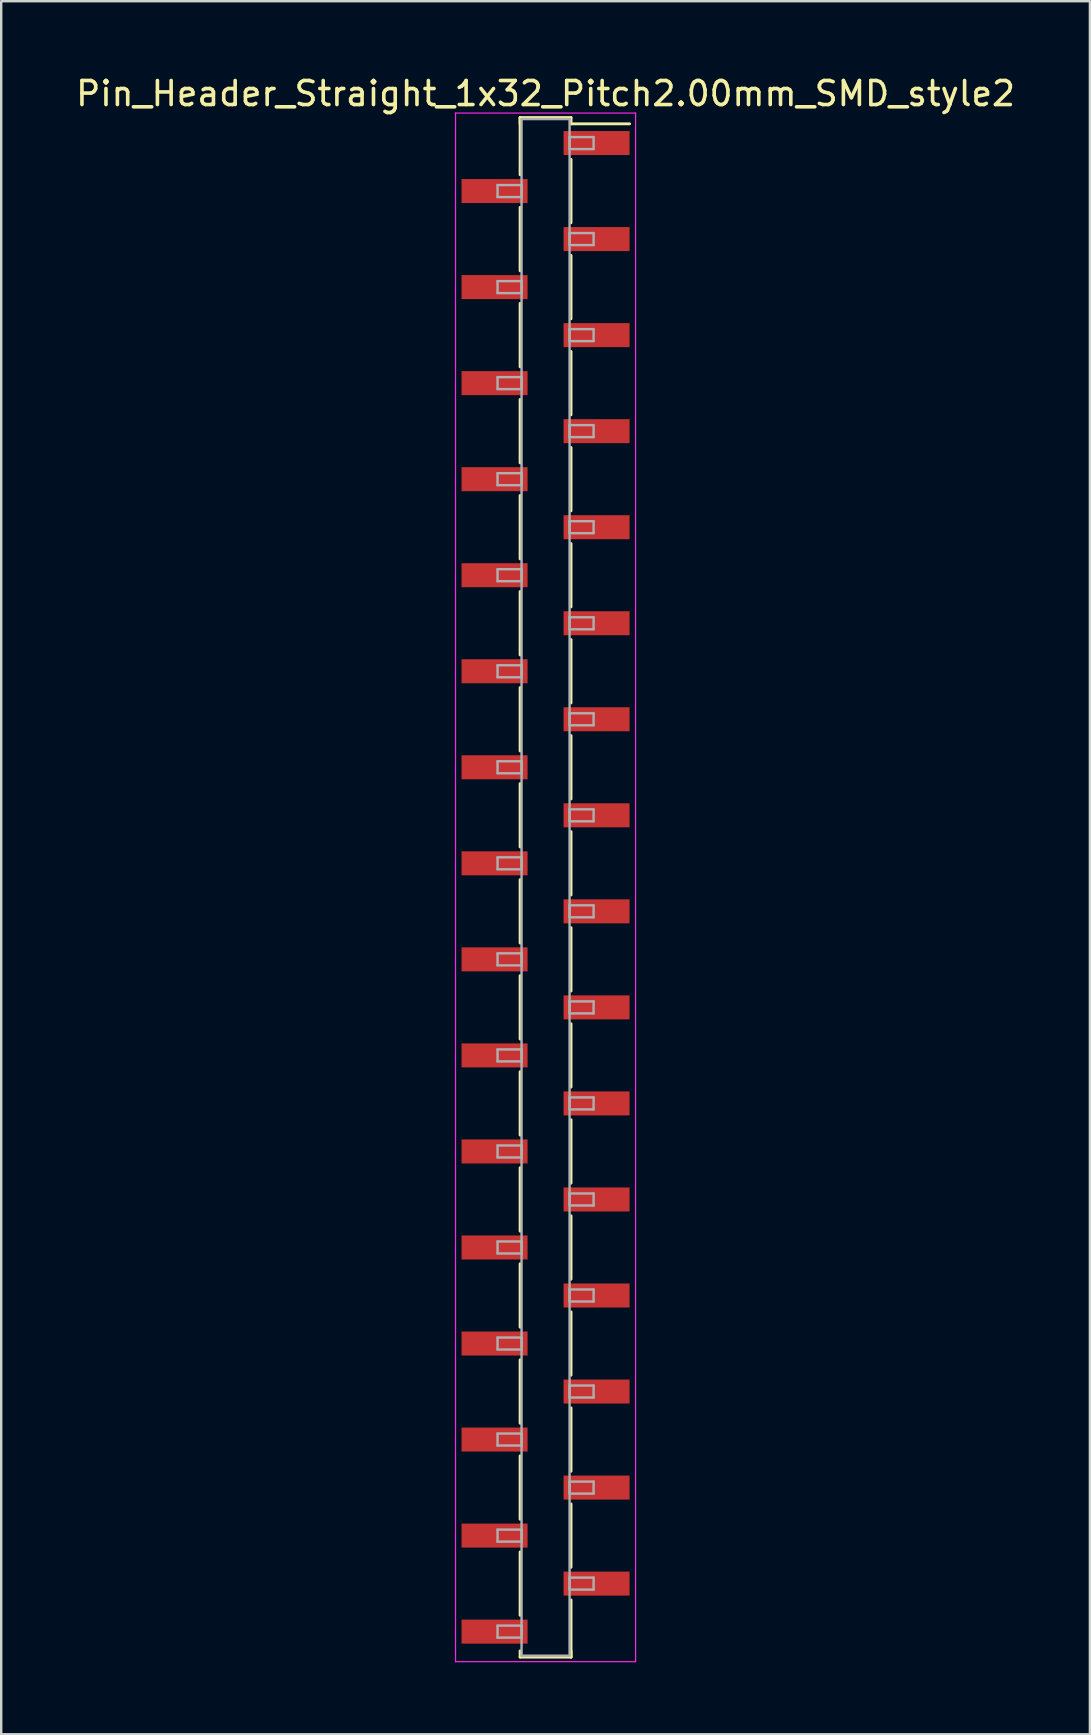
<source format=kicad_pcb>
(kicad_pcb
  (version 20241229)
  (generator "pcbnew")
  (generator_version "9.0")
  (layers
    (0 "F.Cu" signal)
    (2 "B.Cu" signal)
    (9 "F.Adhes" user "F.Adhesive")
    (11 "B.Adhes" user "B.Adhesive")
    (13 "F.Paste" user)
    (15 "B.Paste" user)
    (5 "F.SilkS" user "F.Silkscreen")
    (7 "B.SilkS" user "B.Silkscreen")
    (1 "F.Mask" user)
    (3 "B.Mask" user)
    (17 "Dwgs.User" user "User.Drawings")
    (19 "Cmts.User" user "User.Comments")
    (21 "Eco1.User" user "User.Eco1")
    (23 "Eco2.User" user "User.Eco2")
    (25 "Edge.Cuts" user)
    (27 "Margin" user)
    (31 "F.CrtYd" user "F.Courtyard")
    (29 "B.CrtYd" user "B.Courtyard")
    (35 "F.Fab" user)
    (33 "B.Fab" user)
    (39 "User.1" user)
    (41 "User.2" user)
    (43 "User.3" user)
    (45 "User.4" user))
  (footprint "Pin_Header_Straight_1x32_Pitch2.00mm_SMD_style2"
    (layer "F.Cu")
    (at 19.673 33.908)
    (property "Reference" "Pin_Header_Straight_1x32_Pitch2.00mm_SMD_style2" (at 0 -33.06 0) (layer "F.SilkS") (effects (font (size 1 1) (thickness 0.15))))
    (attr smd)
    (fp_line (start -1.06 -32.06) (end -1.06 -29.68) (stroke (width 0.12) (type solid)) (layer "F.SilkS"))
    (fp_line (start -1.06 -32.06) (end 1.06 -32.06) (stroke (width 0.12) (type solid)) (layer "F.SilkS"))
    (fp_line (start -1.06 -31.8) (end -1.06 -32.06) (stroke (width 0.12) (type solid)) (layer "F.SilkS"))
    (fp_line (start -1.06 -28.32) (end -1.06 -25.68) (stroke (width 0.12) (type solid)) (layer "F.SilkS"))
    (fp_line (start -1.06 -24.32) (end -1.06 -21.68) (stroke (width 0.12) (type solid)) (layer "F.SilkS"))
    (fp_line (start -1.06 -20.32) (end -1.06 -17.68) (stroke (width 0.12) (type solid)) (layer "F.SilkS"))
    (fp_line (start -1.06 -16.32) (end -1.06 -13.68) (stroke (width 0.12) (type solid)) (layer "F.SilkS"))
    (fp_line (start -1.06 -12.32) (end -1.06 -9.68) (stroke (width 0.12) (type solid)) (layer "F.SilkS"))
    (fp_line (start -1.06 -8.32) (end -1.06 -5.68) (stroke (width 0.12) (type solid)) (layer "F.SilkS"))
    (fp_line (start -1.06 -4.32) (end -1.06 -1.68) (stroke (width 0.12) (type solid)) (layer "F.SilkS"))
    (fp_line (start -1.06 -0.32) (end -1.06 2.32) (stroke (width 0.12) (type solid)) (layer "F.SilkS"))
    (fp_line (start -1.06 3.68) (end -1.06 6.32) (stroke (width 0.12) (type solid)) (layer "F.SilkS"))
    (fp_line (start -1.06 7.68) (end -1.06 10.32) (stroke (width 0.12) (type solid)) (layer "F.SilkS"))
    (fp_line (start -1.06 11.68) (end -1.06 14.32) (stroke (width 0.12) (type solid)) (layer "F.SilkS"))
    (fp_line (start -1.06 15.68) (end -1.06 18.32) (stroke (width 0.12) (type solid)) (layer "F.SilkS"))
    (fp_line (start -1.06 19.68) (end -1.06 22.32) (stroke (width 0.12) (type solid)) (layer "F.SilkS"))
    (fp_line (start -1.06 23.68) (end -1.06 26.32) (stroke (width 0.12) (type solid)) (layer "F.SilkS"))
    (fp_line (start -1.06 27.68) (end -1.06 30.32) (stroke (width 0.12) (type solid)) (layer "F.SilkS"))
    (fp_line (start -1.06 31.8) (end -1.06 32.06) (stroke (width 0.12) (type solid)) (layer "F.SilkS"))
    (fp_line (start -1.06 32.06) (end 1.06 32.06) (stroke (width 0.12) (type solid)) (layer "F.SilkS"))
    (fp_line (start 1.06 -32.06) (end 1.06 -31.8) (stroke (width 0.12) (type solid)) (layer "F.SilkS"))
    (fp_line (start 1.06 -31.8) (end 3.5 -31.8) (stroke (width 0.12) (type solid)) (layer "F.SilkS"))
    (fp_line (start 1.06 -30.32) (end 1.06 -27.68) (stroke (width 0.12) (type solid)) (layer "F.SilkS"))
    (fp_line (start 1.06 -26.32) (end 1.06 -23.68) (stroke (width 0.12) (type solid)) (layer "F.SilkS"))
    (fp_line (start 1.06 -22.32) (end 1.06 -19.68) (stroke (width 0.12) (type solid)) (layer "F.SilkS"))
    (fp_line (start 1.06 -18.32) (end 1.06 -15.68) (stroke (width 0.12) (type solid)) (layer "F.SilkS"))
    (fp_line (start 1.06 -14.32) (end 1.06 -11.68) (stroke (width 0.12) (type solid)) (layer "F.SilkS"))
    (fp_line (start 1.06 -10.32) (end 1.06 -7.68) (stroke (width 0.12) (type solid)) (layer "F.SilkS"))
    (fp_line (start 1.06 -6.32) (end 1.06 -3.68) (stroke (width 0.12) (type solid)) (layer "F.SilkS"))
    (fp_line (start 1.06 -2.32) (end 1.06 0.32) (stroke (width 0.12) (type solid)) (layer "F.SilkS"))
    (fp_line (start 1.06 1.68) (end 1.06 4.32) (stroke (width 0.12) (type solid)) (layer "F.SilkS"))
    (fp_line (start 1.06 5.68) (end 1.06 8.32) (stroke (width 0.12) (type solid)) (layer "F.SilkS"))
    (fp_line (start 1.06 9.68) (end 1.06 12.32) (stroke (width 0.12) (type solid)) (layer "F.SilkS"))
    (fp_line (start 1.06 13.68) (end 1.06 16.32) (stroke (width 0.12) (type solid)) (layer "F.SilkS"))
    (fp_line (start 1.06 17.68) (end 1.06 20.32) (stroke (width 0.12) (type solid)) (layer "F.SilkS"))
    (fp_line (start 1.06 21.68) (end 1.06 24.32) (stroke (width 0.12) (type solid)) (layer "F.SilkS"))
    (fp_line (start 1.06 25.68) (end 1.06 28.32) (stroke (width 0.12) (type solid)) (layer "F.SilkS"))
    (fp_line (start 1.06 29.68) (end 1.06 32.06) (stroke (width 0.12) (type solid)) (layer "F.SilkS"))
    (fp_line (start 1.06 32.06) (end 1.06 31.8) (stroke (width 0.12) (type solid)) (layer "F.SilkS"))
    (fp_line (start -3.75 -32.25) (end -3.75 32.25) (stroke (width 0.05) (type solid)) (layer "F.CrtYd"))
    (fp_line (start -3.75 32.25) (end 3.75 32.25) (stroke (width 0.05) (type solid)) (layer "F.CrtYd"))
    (fp_line (start 3.75 -32.25) (end -3.75 -32.25) (stroke (width 0.05) (type solid)) (layer "F.CrtYd"))
    (fp_line (start 3.75 32.25) (end 3.75 -32.25) (stroke (width 0.05) (type solid)) (layer "F.CrtYd"))
    (fp_line (start -2 -29.25) (end -1 -29.25) (stroke (width 0.1) (type solid)) (layer "F.Fab"))
    (fp_line (start -2 -28.75) (end -2 -29.25) (stroke (width 0.1) (type solid)) (layer "F.Fab"))
    (fp_line (start -2 -25.25) (end -1 -25.25) (stroke (width 0.1) (type solid)) (layer "F.Fab"))
    (fp_line (start -2 -24.75) (end -2 -25.25) (stroke (width 0.1) (type solid)) (layer "F.Fab"))
    (fp_line (start -2 -21.25) (end -1 -21.25) (stroke (width 0.1) (type solid)) (layer "F.Fab"))
    (fp_line (start -2 -20.75) (end -2 -21.25) (stroke (width 0.1) (type solid)) (layer "F.Fab"))
    (fp_line (start -2 -17.25) (end -1 -17.25) (stroke (width 0.1) (type solid)) (layer "F.Fab"))
    (fp_line (start -2 -16.75) (end -2 -17.25) (stroke (width 0.1) (type solid)) (layer "F.Fab"))
    (fp_line (start -2 -13.25) (end -1 -13.25) (stroke (width 0.1) (type solid)) (layer "F.Fab"))
    (fp_line (start -2 -12.75) (end -2 -13.25) (stroke (width 0.1) (type solid)) (layer "F.Fab"))
    (fp_line (start -2 -9.25) (end -1 -9.25) (stroke (width 0.1) (type solid)) (layer "F.Fab"))
    (fp_line (start -2 -8.75) (end -2 -9.25) (stroke (width 0.1) (type solid)) (layer "F.Fab"))
    (fp_line (start -2 -5.25) (end -1 -5.25) (stroke (width 0.1) (type solid)) (layer "F.Fab"))
    (fp_line (start -2 -4.75) (end -2 -5.25) (stroke (width 0.1) (type solid)) (layer "F.Fab"))
    (fp_line (start -2 -1.25) (end -1 -1.25) (stroke (width 0.1) (type solid)) (layer "F.Fab"))
    (fp_line (start -2 -0.75) (end -2 -1.25) (stroke (width 0.1) (type solid)) (layer "F.Fab"))
    (fp_line (start -2 2.75) (end -1 2.75) (stroke (width 0.1) (type solid)) (layer "F.Fab"))
    (fp_line (start -2 3.25) (end -2 2.75) (stroke (width 0.1) (type solid)) (layer "F.Fab"))
    (fp_line (start -2 6.75) (end -1 6.75) (stroke (width 0.1) (type solid)) (layer "F.Fab"))
    (fp_line (start -2 7.25) (end -2 6.75) (stroke (width 0.1) (type solid)) (layer "F.Fab"))
    (fp_line (start -2 10.75) (end -1 10.75) (stroke (width 0.1) (type solid)) (layer "F.Fab"))
    (fp_line (start -2 11.25) (end -2 10.75) (stroke (width 0.1) (type solid)) (layer "F.Fab"))
    (fp_line (start -2 14.75) (end -1 14.75) (stroke (width 0.1) (type solid)) (layer "F.Fab"))
    (fp_line (start -2 15.25) (end -2 14.75) (stroke (width 0.1) (type solid)) (layer "F.Fab"))
    (fp_line (start -2 18.75) (end -1 18.75) (stroke (width 0.1) (type solid)) (layer "F.Fab"))
    (fp_line (start -2 19.25) (end -2 18.75) (stroke (width 0.1) (type solid)) (layer "F.Fab"))
    (fp_line (start -2 22.75) (end -1 22.75) (stroke (width 0.1) (type solid)) (layer "F.Fab"))
    (fp_line (start -2 23.25) (end -2 22.75) (stroke (width 0.1) (type solid)) (layer "F.Fab"))
    (fp_line (start -2 26.75) (end -1 26.75) (stroke (width 0.1) (type solid)) (layer "F.Fab"))
    (fp_line (start -2 27.25) (end -2 26.75) (stroke (width 0.1) (type solid)) (layer "F.Fab"))
    (fp_line (start -2 30.75) (end -1 30.75) (stroke (width 0.1) (type solid)) (layer "F.Fab"))
    (fp_line (start -2 31.25) (end -2 30.75) (stroke (width 0.1) (type solid)) (layer "F.Fab"))
    (fp_line (start -1 -32) (end -1 32) (stroke (width 0.1) (type solid)) (layer "F.Fab"))
    (fp_line (start -1 -29.25) (end -1 -28.75) (stroke (width 0.1) (type solid)) (layer "F.Fab"))
    (fp_line (start -1 -28.75) (end -2 -28.75) (stroke (width 0.1) (type solid)) (layer "F.Fab"))
    (fp_line (start -1 -25.25) (end -1 -24.75) (stroke (width 0.1) (type solid)) (layer "F.Fab"))
    (fp_line (start -1 -24.75) (end -2 -24.75) (stroke (width 0.1) (type solid)) (layer "F.Fab"))
    (fp_line (start -1 -21.25) (end -1 -20.75) (stroke (width 0.1) (type solid)) (layer "F.Fab"))
    (fp_line (start -1 -20.75) (end -2 -20.75) (stroke (width 0.1) (type solid)) (layer "F.Fab"))
    (fp_line (start -1 -17.25) (end -1 -16.75) (stroke (width 0.1) (type solid)) (layer "F.Fab"))
    (fp_line (start -1 -16.75) (end -2 -16.75) (stroke (width 0.1) (type solid)) (layer "F.Fab"))
    (fp_line (start -1 -13.25) (end -1 -12.75) (stroke (width 0.1) (type solid)) (layer "F.Fab"))
    (fp_line (start -1 -12.75) (end -2 -12.75) (stroke (width 0.1) (type solid)) (layer "F.Fab"))
    (fp_line (start -1 -9.25) (end -1 -8.75) (stroke (width 0.1) (type solid)) (layer "F.Fab"))
    (fp_line (start -1 -8.75) (end -2 -8.75) (stroke (width 0.1) (type solid)) (layer "F.Fab"))
    (fp_line (start -1 -5.25) (end -1 -4.75) (stroke (width 0.1) (type solid)) (layer "F.Fab"))
    (fp_line (start -1 -4.75) (end -2 -4.75) (stroke (width 0.1) (type solid)) (layer "F.Fab"))
    (fp_line (start -1 -1.25) (end -1 -0.75) (stroke (width 0.1) (type solid)) (layer "F.Fab"))
    (fp_line (start -1 -0.75) (end -2 -0.75) (stroke (width 0.1) (type solid)) (layer "F.Fab"))
    (fp_line (start -1 2.75) (end -1 3.25) (stroke (width 0.1) (type solid)) (layer "F.Fab"))
    (fp_line (start -1 3.25) (end -2 3.25) (stroke (width 0.1) (type solid)) (layer "F.Fab"))
    (fp_line (start -1 6.75) (end -1 7.25) (stroke (width 0.1) (type solid)) (layer "F.Fab"))
    (fp_line (start -1 7.25) (end -2 7.25) (stroke (width 0.1) (type solid)) (layer "F.Fab"))
    (fp_line (start -1 10.75) (end -1 11.25) (stroke (width 0.1) (type solid)) (layer "F.Fab"))
    (fp_line (start -1 11.25) (end -2 11.25) (stroke (width 0.1) (type solid)) (layer "F.Fab"))
    (fp_line (start -1 14.75) (end -1 15.25) (stroke (width 0.1) (type solid)) (layer "F.Fab"))
    (fp_line (start -1 15.25) (end -2 15.25) (stroke (width 0.1) (type solid)) (layer "F.Fab"))
    (fp_line (start -1 18.75) (end -1 19.25) (stroke (width 0.1) (type solid)) (layer "F.Fab"))
    (fp_line (start -1 19.25) (end -2 19.25) (stroke (width 0.1) (type solid)) (layer "F.Fab"))
    (fp_line (start -1 22.75) (end -1 23.25) (stroke (width 0.1) (type solid)) (layer "F.Fab"))
    (fp_line (start -1 23.25) (end -2 23.25) (stroke (width 0.1) (type solid)) (layer "F.Fab"))
    (fp_line (start -1 26.75) (end -1 27.25) (stroke (width 0.1) (type solid)) (layer "F.Fab"))
    (fp_line (start -1 27.25) (end -2 27.25) (stroke (width 0.1) (type solid)) (layer "F.Fab"))
    (fp_line (start -1 30.75) (end -1 31.25) (stroke (width 0.1) (type solid)) (layer "F.Fab"))
    (fp_line (start -1 31.25) (end -2 31.25) (stroke (width 0.1) (type solid)) (layer "F.Fab"))
    (fp_line (start -1 32) (end 1 32) (stroke (width 0.1) (type solid)) (layer "F.Fab"))
    (fp_line (start 1 -32) (end -1 -32) (stroke (width 0.1) (type solid)) (layer "F.Fab"))
    (fp_line (start 1 -31.25) (end 1 -30.75) (stroke (width 0.1) (type solid)) (layer "F.Fab"))
    (fp_line (start 1 -30.75) (end 2 -30.75) (stroke (width 0.1) (type solid)) (layer "F.Fab"))
    (fp_line (start 1 -27.25) (end 1 -26.75) (stroke (width 0.1) (type solid)) (layer "F.Fab"))
    (fp_line (start 1 -26.75) (end 2 -26.75) (stroke (width 0.1) (type solid)) (layer "F.Fab"))
    (fp_line (start 1 -23.25) (end 1 -22.75) (stroke (width 0.1) (type solid)) (layer "F.Fab"))
    (fp_line (start 1 -22.75) (end 2 -22.75) (stroke (width 0.1) (type solid)) (layer "F.Fab"))
    (fp_line (start 1 -19.25) (end 1 -18.75) (stroke (width 0.1) (type solid)) (layer "F.Fab"))
    (fp_line (start 1 -18.75) (end 2 -18.75) (stroke (width 0.1) (type solid)) (layer "F.Fab"))
    (fp_line (start 1 -15.25) (end 1 -14.75) (stroke (width 0.1) (type solid)) (layer "F.Fab"))
    (fp_line (start 1 -14.75) (end 2 -14.75) (stroke (width 0.1) (type solid)) (layer "F.Fab"))
    (fp_line (start 1 -11.25) (end 1 -10.75) (stroke (width 0.1) (type solid)) (layer "F.Fab"))
    (fp_line (start 1 -10.75) (end 2 -10.75) (stroke (width 0.1) (type solid)) (layer "F.Fab"))
    (fp_line (start 1 -7.25) (end 1 -6.75) (stroke (width 0.1) (type solid)) (layer "F.Fab"))
    (fp_line (start 1 -6.75) (end 2 -6.75) (stroke (width 0.1) (type solid)) (layer "F.Fab"))
    (fp_line (start 1 -3.25) (end 1 -2.75) (stroke (width 0.1) (type solid)) (layer "F.Fab"))
    (fp_line (start 1 -2.75) (end 2 -2.75) (stroke (width 0.1) (type solid)) (layer "F.Fab"))
    (fp_line (start 1 0.75) (end 1 1.25) (stroke (width 0.1) (type solid)) (layer "F.Fab"))
    (fp_line (start 1 1.25) (end 2 1.25) (stroke (width 0.1) (type solid)) (layer "F.Fab"))
    (fp_line (start 1 4.75) (end 1 5.25) (stroke (width 0.1) (type solid)) (layer "F.Fab"))
    (fp_line (start 1 5.25) (end 2 5.25) (stroke (width 0.1) (type solid)) (layer "F.Fab"))
    (fp_line (start 1 8.75) (end 1 9.25) (stroke (width 0.1) (type solid)) (layer "F.Fab"))
    (fp_line (start 1 9.25) (end 2 9.25) (stroke (width 0.1) (type solid)) (layer "F.Fab"))
    (fp_line (start 1 12.75) (end 1 13.25) (stroke (width 0.1) (type solid)) (layer "F.Fab"))
    (fp_line (start 1 13.25) (end 2 13.25) (stroke (width 0.1) (type solid)) (layer "F.Fab"))
    (fp_line (start 1 16.75) (end 1 17.25) (stroke (width 0.1) (type solid)) (layer "F.Fab"))
    (fp_line (start 1 17.25) (end 2 17.25) (stroke (width 0.1) (type solid)) (layer "F.Fab"))
    (fp_line (start 1 20.75) (end 1 21.25) (stroke (width 0.1) (type solid)) (layer "F.Fab"))
    (fp_line (start 1 21.25) (end 2 21.25) (stroke (width 0.1) (type solid)) (layer "F.Fab"))
    (fp_line (start 1 24.75) (end 1 25.25) (stroke (width 0.1) (type solid)) (layer "F.Fab"))
    (fp_line (start 1 25.25) (end 2 25.25) (stroke (width 0.1) (type solid)) (layer "F.Fab"))
    (fp_line (start 1 28.75) (end 1 29.25) (stroke (width 0.1) (type solid)) (layer "F.Fab"))
    (fp_line (start 1 29.25) (end 2 29.25) (stroke (width 0.1) (type solid)) (layer "F.Fab"))
    (fp_line (start 1 32) (end 1 -32) (stroke (width 0.1) (type solid)) (layer "F.Fab"))
    (fp_line (start 2 -31.25) (end 1 -31.25) (stroke (width 0.1) (type solid)) (layer "F.Fab"))
    (fp_line (start 2 -30.75) (end 2 -31.25) (stroke (width 0.1) (type solid)) (layer "F.Fab"))
    (fp_line (start 2 -27.25) (end 1 -27.25) (stroke (width 0.1) (type solid)) (layer "F.Fab"))
    (fp_line (start 2 -26.75) (end 2 -27.25) (stroke (width 0.1) (type solid)) (layer "F.Fab"))
    (fp_line (start 2 -23.25) (end 1 -23.25) (stroke (width 0.1) (type solid)) (layer "F.Fab"))
    (fp_line (start 2 -22.75) (end 2 -23.25) (stroke (width 0.1) (type solid)) (layer "F.Fab"))
    (fp_line (start 2 -19.25) (end 1 -19.25) (stroke (width 0.1) (type solid)) (layer "F.Fab"))
    (fp_line (start 2 -18.75) (end 2 -19.25) (stroke (width 0.1) (type solid)) (layer "F.Fab"))
    (fp_line (start 2 -15.25) (end 1 -15.25) (stroke (width 0.1) (type solid)) (layer "F.Fab"))
    (fp_line (start 2 -14.75) (end 2 -15.25) (stroke (width 0.1) (type solid)) (layer "F.Fab"))
    (fp_line (start 2 -11.25) (end 1 -11.25) (stroke (width 0.1) (type solid)) (layer "F.Fab"))
    (fp_line (start 2 -10.75) (end 2 -11.25) (stroke (width 0.1) (type solid)) (layer "F.Fab"))
    (fp_line (start 2 -7.25) (end 1 -7.25) (stroke (width 0.1) (type solid)) (layer "F.Fab"))
    (fp_line (start 2 -6.75) (end 2 -7.25) (stroke (width 0.1) (type solid)) (layer "F.Fab"))
    (fp_line (start 2 -3.25) (end 1 -3.25) (stroke (width 0.1) (type solid)) (layer "F.Fab"))
    (fp_line (start 2 -2.75) (end 2 -3.25) (stroke (width 0.1) (type solid)) (layer "F.Fab"))
    (fp_line (start 2 0.75) (end 1 0.75) (stroke (width 0.1) (type solid)) (layer "F.Fab"))
    (fp_line (start 2 1.25) (end 2 0.75) (stroke (width 0.1) (type solid)) (layer "F.Fab"))
    (fp_line (start 2 4.75) (end 1 4.75) (stroke (width 0.1) (type solid)) (layer "F.Fab"))
    (fp_line (start 2 5.25) (end 2 4.75) (stroke (width 0.1) (type solid)) (layer "F.Fab"))
    (fp_line (start 2 8.75) (end 1 8.75) (stroke (width 0.1) (type solid)) (layer "F.Fab"))
    (fp_line (start 2 9.25) (end 2 8.75) (stroke (width 0.1) (type solid)) (layer "F.Fab"))
    (fp_line (start 2 12.75) (end 1 12.75) (stroke (width 0.1) (type solid)) (layer "F.Fab"))
    (fp_line (start 2 13.25) (end 2 12.75) (stroke (width 0.1) (type solid)) (layer "F.Fab"))
    (fp_line (start 2 16.75) (end 1 16.75) (stroke (width 0.1) (type solid)) (layer "F.Fab"))
    (fp_line (start 2 17.25) (end 2 16.75) (stroke (width 0.1) (type solid)) (layer "F.Fab"))
    (fp_line (start 2 20.75) (end 1 20.75) (stroke (width 0.1) (type solid)) (layer "F.Fab"))
    (fp_line (start 2 21.25) (end 2 20.75) (stroke (width 0.1) (type solid)) (layer "F.Fab"))
    (fp_line (start 2 24.75) (end 1 24.75) (stroke (width 0.1) (type solid)) (layer "F.Fab"))
    (fp_line (start 2 25.25) (end 2 24.75) (stroke (width 0.1) (type solid)) (layer "F.Fab"))
    (fp_line (start 2 28.75) (end 1 28.75) (stroke (width 0.1) (type solid)) (layer "F.Fab"))
    (fp_line (start 2 29.25) (end 2 28.75) (stroke (width 0.1) (type solid)) (layer "F.Fab"))
    (pad "1" smd rect (at 2.125 -31) (size 2.75 1) (layers "F.Cu" "F.Mask"))
    (pad "2" smd rect (at -2.125 -29) (size 2.75 1) (layers "F.Cu" "F.Mask"))
    (pad "3" smd rect (at 2.125 -27) (size 2.75 1) (layers "F.Cu" "F.Mask"))
    (pad "4" smd rect (at -2.125 -25) (size 2.75 1) (layers "F.Cu" "F.Mask"))
    (pad "5" smd rect (at 2.125 -23) (size 2.75 1) (layers "F.Cu" "F.Mask"))
    (pad "6" smd rect (at -2.125 -21) (size 2.75 1) (layers "F.Cu" "F.Mask"))
    (pad "7" smd rect (at 2.125 -19) (size 2.75 1) (layers "F.Cu" "F.Mask"))
    (pad "8" smd rect (at -2.125 -17) (size 2.75 1) (layers "F.Cu" "F.Mask"))
    (pad "9" smd rect (at 2.125 -15) (size 2.75 1) (layers "F.Cu" "F.Mask"))
    (pad "10" smd rect (at -2.125 -13) (size 2.75 1) (layers "F.Cu" "F.Mask"))
    (pad "11" smd rect (at 2.125 -11) (size 2.75 1) (layers "F.Cu" "F.Mask"))
    (pad "12" smd rect (at -2.125 -9) (size 2.75 1) (layers "F.Cu" "F.Mask"))
    (pad "13" smd rect (at 2.125 -7) (size 2.75 1) (layers "F.Cu" "F.Mask"))
    (pad "14" smd rect (at -2.125 -5) (size 2.75 1) (layers "F.Cu" "F.Mask"))
    (pad "15" smd rect (at 2.125 -3) (size 2.75 1) (layers "F.Cu" "F.Mask"))
    (pad "16" smd rect (at -2.125 -1) (size 2.75 1) (layers "F.Cu" "F.Mask"))
    (pad "17" smd rect (at 2.125 1) (size 2.75 1) (layers "F.Cu" "F.Mask"))
    (pad "18" smd rect (at -2.125 3) (size 2.75 1) (layers "F.Cu" "F.Mask"))
    (pad "19" smd rect (at 2.125 5) (size 2.75 1) (layers "F.Cu" "F.Mask"))
    (pad "20" smd rect (at -2.125 7) (size 2.75 1) (layers "F.Cu" "F.Mask"))
    (pad "21" smd rect (at 2.125 9) (size 2.75 1) (layers "F.Cu" "F.Mask"))
    (pad "22" smd rect (at -2.125 11) (size 2.75 1) (layers "F.Cu" "F.Mask"))
    (pad "23" smd rect (at 2.125 13) (size 2.75 1) (layers "F.Cu" "F.Mask"))
    (pad "24" smd rect (at -2.125 15) (size 2.75 1) (layers "F.Cu" "F.Mask"))
    (pad "25" smd rect (at 2.125 17) (size 2.75 1) (layers "F.Cu" "F.Mask"))
    (pad "26" smd rect (at -2.125 19) (size 2.75 1) (layers "F.Cu" "F.Mask"))
    (pad "27" smd rect (at 2.125 21) (size 2.75 1) (layers "F.Cu" "F.Mask"))
    (pad "28" smd rect (at -2.125 23) (size 2.75 1) (layers "F.Cu" "F.Mask"))
    (pad "29" smd rect (at 2.125 25) (size 2.75 1) (layers "F.Cu" "F.Mask"))
    (pad "30" smd rect (at -2.125 27) (size 2.75 1) (layers "F.Cu" "F.Mask"))
    (pad "31" smd rect (at 2.125 29) (size 2.75 1) (layers "F.Cu" "F.Mask"))
    (pad "32" smd rect (at -2.125 31) (size 2.75 1) (layers "F.Cu" "F.Mask")))
  (gr_rect
    (start -3 -3)
    (end 42.345 69.183)
    (stroke (width 0.1) (type default))
    (fill no)
    (layer "Edge.Cuts")))
</source>
